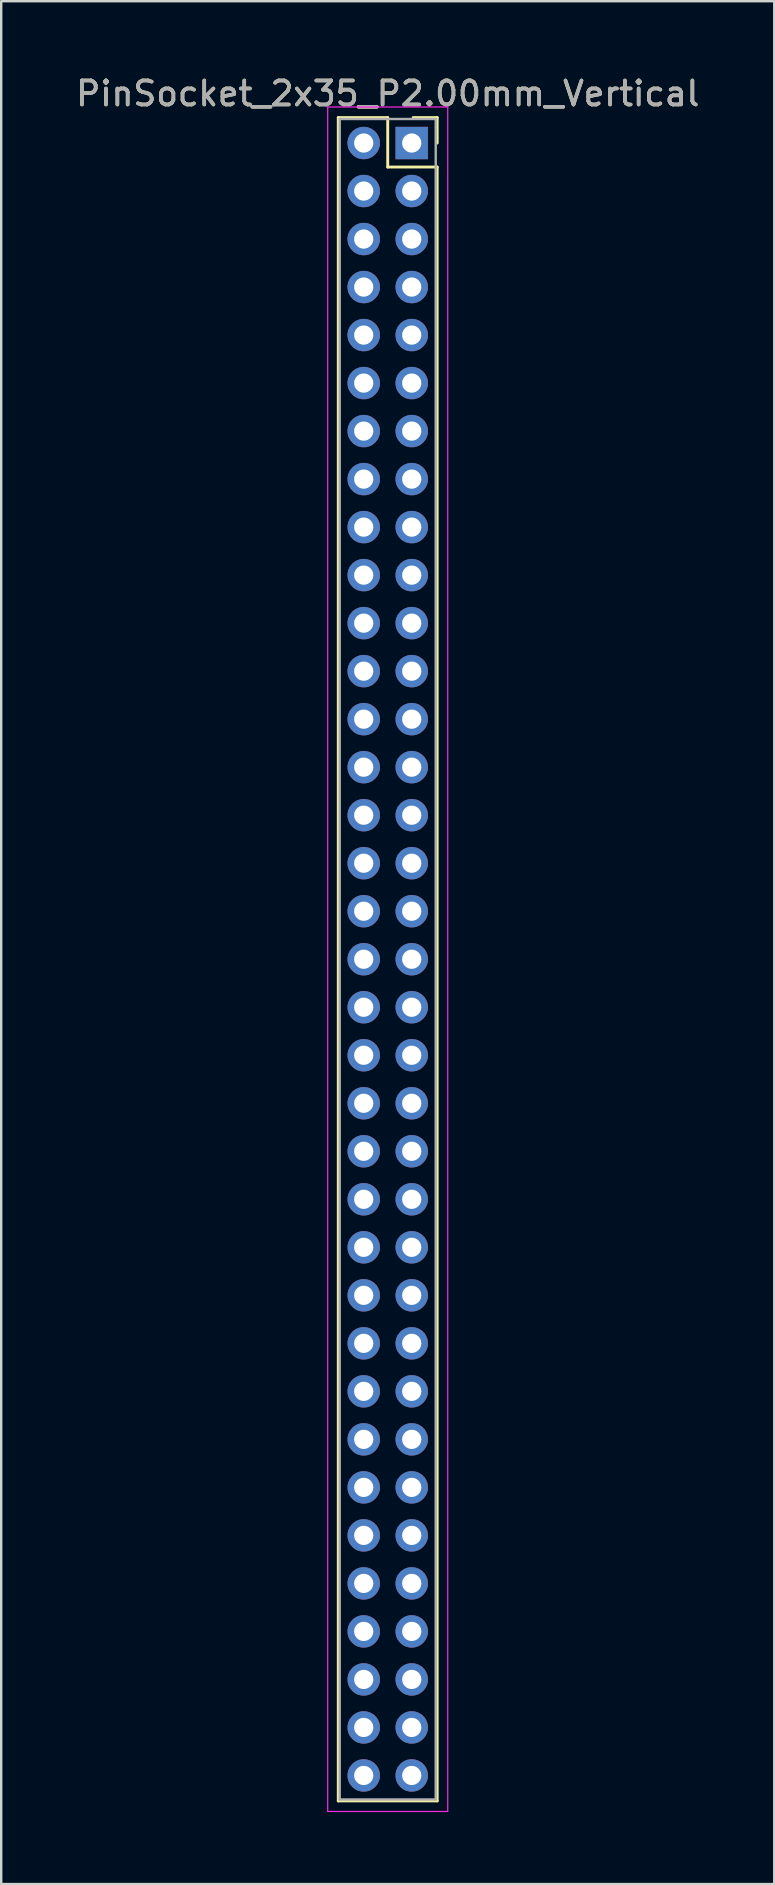
<source format=kicad_pcb>
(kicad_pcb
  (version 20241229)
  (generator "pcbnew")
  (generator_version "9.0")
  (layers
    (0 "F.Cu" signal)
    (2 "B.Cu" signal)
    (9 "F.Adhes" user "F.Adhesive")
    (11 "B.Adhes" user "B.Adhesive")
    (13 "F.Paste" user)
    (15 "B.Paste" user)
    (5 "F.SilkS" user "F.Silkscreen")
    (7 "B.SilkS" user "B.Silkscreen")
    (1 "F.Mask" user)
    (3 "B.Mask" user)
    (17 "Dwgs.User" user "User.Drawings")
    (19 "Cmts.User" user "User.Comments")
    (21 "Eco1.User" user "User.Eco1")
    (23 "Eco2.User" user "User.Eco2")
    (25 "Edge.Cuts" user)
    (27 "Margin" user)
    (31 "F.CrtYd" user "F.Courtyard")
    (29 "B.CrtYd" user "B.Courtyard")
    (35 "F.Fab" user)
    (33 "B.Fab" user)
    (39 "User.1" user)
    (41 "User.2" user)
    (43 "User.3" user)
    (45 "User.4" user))
  (footprint "PinSocket_2x35_P2.00mm_Vertical"
    (layer "F.Cu")
    (at 14.101 2.908)
    (property "Reference" "PinSocket_2x35_P2.00mm_Vertical" (at -1 -2.06 0) (layer "F.SilkS") (effects (font (size 1 1) (thickness 0.15))))
    (attr through_hole)
    (fp_line (start -3.06 -1.06) (end -1 -1.06) (stroke (width 0.12) (type solid)) (layer "F.SilkS"))
    (fp_line (start -3.06 69.06) (end -3.06 -1.06) (stroke (width 0.12) (type solid)) (layer "F.SilkS"))
    (fp_line (start -1 -1.06) (end -1 1) (stroke (width 0.12) (type solid)) (layer "F.SilkS"))
    (fp_line (start -1 1) (end 1.06 1) (stroke (width 0.12) (type solid)) (layer "F.SilkS"))
    (fp_line (start 1.06 -1.06) (end 0.06 -1.06) (stroke (width 0.12) (type solid)) (layer "F.SilkS"))
    (fp_line (start 1.06 0) (end 1.06 -1.06) (stroke (width 0.12) (type solid)) (layer "F.SilkS"))
    (fp_line (start 1.06 1) (end 1.06 69.06) (stroke (width 0.12) (type solid)) (layer "F.SilkS"))
    (fp_line (start 1.06 69.06) (end -3.06 69.06) (stroke (width 0.12) (type solid)) (layer "F.SilkS"))
    (fp_line (start -3.5 -1.5) (end -3.5 69.5) (stroke (width 0.05) (type solid)) (layer "F.CrtYd"))
    (fp_line (start -3.5 69.5) (end 1.5 69.5) (stroke (width 0.05) (type solid)) (layer "F.CrtYd"))
    (fp_line (start 1.5 -1.5) (end -3.5 -1.5) (stroke (width 0.05) (type solid)) (layer "F.CrtYd"))
    (fp_line (start 1.5 69.5) (end 1.5 -1.5) (stroke (width 0.05) (type solid)) (layer "F.CrtYd"))
    (fp_line (start -3 -1) (end -3 69) (stroke (width 0.1) (type solid)) (layer "F.Fab"))
    (fp_line (start -3 69) (end 1 69) (stroke (width 0.1) (type solid)) (layer "F.Fab"))
    (fp_line (start 1 -1) (end -3 -1) (stroke (width 0.1) (type solid)) (layer "F.Fab"))
    (fp_line (start 1 69) (end 1 -1) (stroke (width 0.1) (type solid)) (layer "F.Fab"))
    (fp_text user "${REFERENCE}" (at -1 -2.06 0) (layer "F.Fab") (effects (font (size 1 1) (thickness 0.15))))
    (pad "1" thru_hole rect (at 0 0) (size 1.35 1.35) (drill 0.8) (layers "*.Cu" "*.Mask"))
    (pad "2" thru_hole oval (at -2 0) (size 1.35 1.35) (drill 0.8) (layers "*.Cu" "*.Mask"))
    (pad "3" thru_hole oval (at 0 2) (size 1.35 1.35) (drill 0.8) (layers "*.Cu" "*.Mask"))
    (pad "4" thru_hole oval (at -2 2) (size 1.35 1.35) (drill 0.8) (layers "*.Cu" "*.Mask"))
    (pad "5" thru_hole oval (at 0 4) (size 1.35 1.35) (drill 0.8) (layers "*.Cu" "*.Mask"))
    (pad "6" thru_hole oval (at -2 4) (size 1.35 1.35) (drill 0.8) (layers "*.Cu" "*.Mask"))
    (pad "7" thru_hole oval (at 0 6) (size 1.35 1.35) (drill 0.8) (layers "*.Cu" "*.Mask"))
    (pad "8" thru_hole oval (at -2 6) (size 1.35 1.35) (drill 0.8) (layers "*.Cu" "*.Mask"))
    (pad "9" thru_hole oval (at 0 8) (size 1.35 1.35) (drill 0.8) (layers "*.Cu" "*.Mask"))
    (pad "10" thru_hole oval (at -2 8) (size 1.35 1.35) (drill 0.8) (layers "*.Cu" "*.Mask"))
    (pad "11" thru_hole oval (at 0 10) (size 1.35 1.35) (drill 0.8) (layers "*.Cu" "*.Mask"))
    (pad "12" thru_hole oval (at -2 10) (size 1.35 1.35) (drill 0.8) (layers "*.Cu" "*.Mask"))
    (pad "13" thru_hole oval (at 0 12) (size 1.35 1.35) (drill 0.8) (layers "*.Cu" "*.Mask"))
    (pad "14" thru_hole oval (at -2 12) (size 1.35 1.35) (drill 0.8) (layers "*.Cu" "*.Mask"))
    (pad "15" thru_hole oval (at 0 14) (size 1.35 1.35) (drill 0.8) (layers "*.Cu" "*.Mask"))
    (pad "16" thru_hole oval (at -2 14) (size 1.35 1.35) (drill 0.8) (layers "*.Cu" "*.Mask"))
    (pad "17" thru_hole oval (at 0 16) (size 1.35 1.35) (drill 0.8) (layers "*.Cu" "*.Mask"))
    (pad "18" thru_hole oval (at -2 16) (size 1.35 1.35) (drill 0.8) (layers "*.Cu" "*.Mask"))
    (pad "19" thru_hole oval (at 0 18) (size 1.35 1.35) (drill 0.8) (layers "*.Cu" "*.Mask"))
    (pad "20" thru_hole oval (at -2 18) (size 1.35 1.35) (drill 0.8) (layers "*.Cu" "*.Mask"))
    (pad "21" thru_hole oval (at 0 20) (size 1.35 1.35) (drill 0.8) (layers "*.Cu" "*.Mask"))
    (pad "22" thru_hole oval (at -2 20) (size 1.35 1.35) (drill 0.8) (layers "*.Cu" "*.Mask"))
    (pad "23" thru_hole oval (at 0 22) (size 1.35 1.35) (drill 0.8) (layers "*.Cu" "*.Mask"))
    (pad "24" thru_hole oval (at -2 22) (size 1.35 1.35) (drill 0.8) (layers "*.Cu" "*.Mask"))
    (pad "25" thru_hole oval (at 0 24) (size 1.35 1.35) (drill 0.8) (layers "*.Cu" "*.Mask"))
    (pad "26" thru_hole oval (at -2 24) (size 1.35 1.35) (drill 0.8) (layers "*.Cu" "*.Mask"))
    (pad "27" thru_hole oval (at 0 26) (size 1.35 1.35) (drill 0.8) (layers "*.Cu" "*.Mask"))
    (pad "28" thru_hole oval (at -2 26) (size 1.35 1.35) (drill 0.8) (layers "*.Cu" "*.Mask"))
    (pad "29" thru_hole oval (at 0 28) (size 1.35 1.35) (drill 0.8) (layers "*.Cu" "*.Mask"))
    (pad "30" thru_hole oval (at -2 28) (size 1.35 1.35) (drill 0.8) (layers "*.Cu" "*.Mask"))
    (pad "31" thru_hole oval (at 0 30) (size 1.35 1.35) (drill 0.8) (layers "*.Cu" "*.Mask"))
    (pad "32" thru_hole oval (at -2 30) (size 1.35 1.35) (drill 0.8) (layers "*.Cu" "*.Mask"))
    (pad "33" thru_hole oval (at 0 32) (size 1.35 1.35) (drill 0.8) (layers "*.Cu" "*.Mask"))
    (pad "34" thru_hole oval (at -2 32) (size 1.35 1.35) (drill 0.8) (layers "*.Cu" "*.Mask"))
    (pad "35" thru_hole oval (at 0 34) (size 1.35 1.35) (drill 0.8) (layers "*.Cu" "*.Mask"))
    (pad "36" thru_hole oval (at -2 34) (size 1.35 1.35) (drill 0.8) (layers "*.Cu" "*.Mask"))
    (pad "37" thru_hole oval (at 0 36) (size 1.35 1.35) (drill 0.8) (layers "*.Cu" "*.Mask"))
    (pad "38" thru_hole oval (at -2 36) (size 1.35 1.35) (drill 0.8) (layers "*.Cu" "*.Mask"))
    (pad "39" thru_hole oval (at 0 38) (size 1.35 1.35) (drill 0.8) (layers "*.Cu" "*.Mask"))
    (pad "40" thru_hole oval (at -2 38) (size 1.35 1.35) (drill 0.8) (layers "*.Cu" "*.Mask"))
    (pad "41" thru_hole oval (at 0 40) (size 1.35 1.35) (drill 0.8) (layers "*.Cu" "*.Mask"))
    (pad "42" thru_hole oval (at -2 40) (size 1.35 1.35) (drill 0.8) (layers "*.Cu" "*.Mask"))
    (pad "43" thru_hole oval (at 0 42) (size 1.35 1.35) (drill 0.8) (layers "*.Cu" "*.Mask"))
    (pad "44" thru_hole oval (at -2 42) (size 1.35 1.35) (drill 0.8) (layers "*.Cu" "*.Mask"))
    (pad "45" thru_hole oval (at 0 44) (size 1.35 1.35) (drill 0.8) (layers "*.Cu" "*.Mask"))
    (pad "46" thru_hole oval (at -2 44) (size 1.35 1.35) (drill 0.8) (layers "*.Cu" "*.Mask"))
    (pad "47" thru_hole oval (at 0 46) (size 1.35 1.35) (drill 0.8) (layers "*.Cu" "*.Mask"))
    (pad "48" thru_hole oval (at -2 46) (size 1.35 1.35) (drill 0.8) (layers "*.Cu" "*.Mask"))
    (pad "49" thru_hole oval (at 0 48) (size 1.35 1.35) (drill 0.8) (layers "*.Cu" "*.Mask"))
    (pad "50" thru_hole oval (at -2 48) (size 1.35 1.35) (drill 0.8) (layers "*.Cu" "*.Mask"))
    (pad "51" thru_hole oval (at 0 50) (size 1.35 1.35) (drill 0.8) (layers "*.Cu" "*.Mask"))
    (pad "52" thru_hole oval (at -2 50) (size 1.35 1.35) (drill 0.8) (layers "*.Cu" "*.Mask"))
    (pad "53" thru_hole oval (at 0 52) (size 1.35 1.35) (drill 0.8) (layers "*.Cu" "*.Mask"))
    (pad "54" thru_hole oval (at -2 52) (size 1.35 1.35) (drill 0.8) (layers "*.Cu" "*.Mask"))
    (pad "55" thru_hole oval (at 0 54) (size 1.35 1.35) (drill 0.8) (layers "*.Cu" "*.Mask"))
    (pad "56" thru_hole oval (at -2 54) (size 1.35 1.35) (drill 0.8) (layers "*.Cu" "*.Mask"))
    (pad "57" thru_hole oval (at 0 56) (size 1.35 1.35) (drill 0.8) (layers "*.Cu" "*.Mask"))
    (pad "58" thru_hole oval (at -2 56) (size 1.35 1.35) (drill 0.8) (layers "*.Cu" "*.Mask"))
    (pad "59" thru_hole oval (at 0 58) (size 1.35 1.35) (drill 0.8) (layers "*.Cu" "*.Mask"))
    (pad "60" thru_hole oval (at -2 58) (size 1.35 1.35) (drill 0.8) (layers "*.Cu" "*.Mask"))
    (pad "61" thru_hole oval (at 0 60) (size 1.35 1.35) (drill 0.8) (layers "*.Cu" "*.Mask"))
    (pad "62" thru_hole oval (at -2 60) (size 1.35 1.35) (drill 0.8) (layers "*.Cu" "*.Mask"))
    (pad "63" thru_hole oval (at 0 62) (size 1.35 1.35) (drill 0.8) (layers "*.Cu" "*.Mask"))
    (pad "64" thru_hole oval (at -2 62) (size 1.35 1.35) (drill 0.8) (layers "*.Cu" "*.Mask"))
    (pad "65" thru_hole oval (at 0 64) (size 1.35 1.35) (drill 0.8) (layers "*.Cu" "*.Mask"))
    (pad "66" thru_hole oval (at -2 64) (size 1.35 1.35) (drill 0.8) (layers "*.Cu" "*.Mask"))
    (pad "67" thru_hole oval (at 0 66) (size 1.35 1.35) (drill 0.8) (layers "*.Cu" "*.Mask"))
    (pad "68" thru_hole oval (at -2 66) (size 1.35 1.35) (drill 0.8) (layers "*.Cu" "*.Mask"))
    (pad "69" thru_hole oval (at 0 68) (size 1.35 1.35) (drill 0.8) (layers "*.Cu" "*.Mask"))
    (pad "70" thru_hole oval (at -2 68) (size 1.35 1.35) (drill 0.8) (layers "*.Cu" "*.Mask")))
  (gr_rect
    (start -3 -3)
    (end 29.202 75.433)
    (stroke (width 0.1) (type default))
    (fill no)
    (layer "Edge.Cuts")))
</source>
